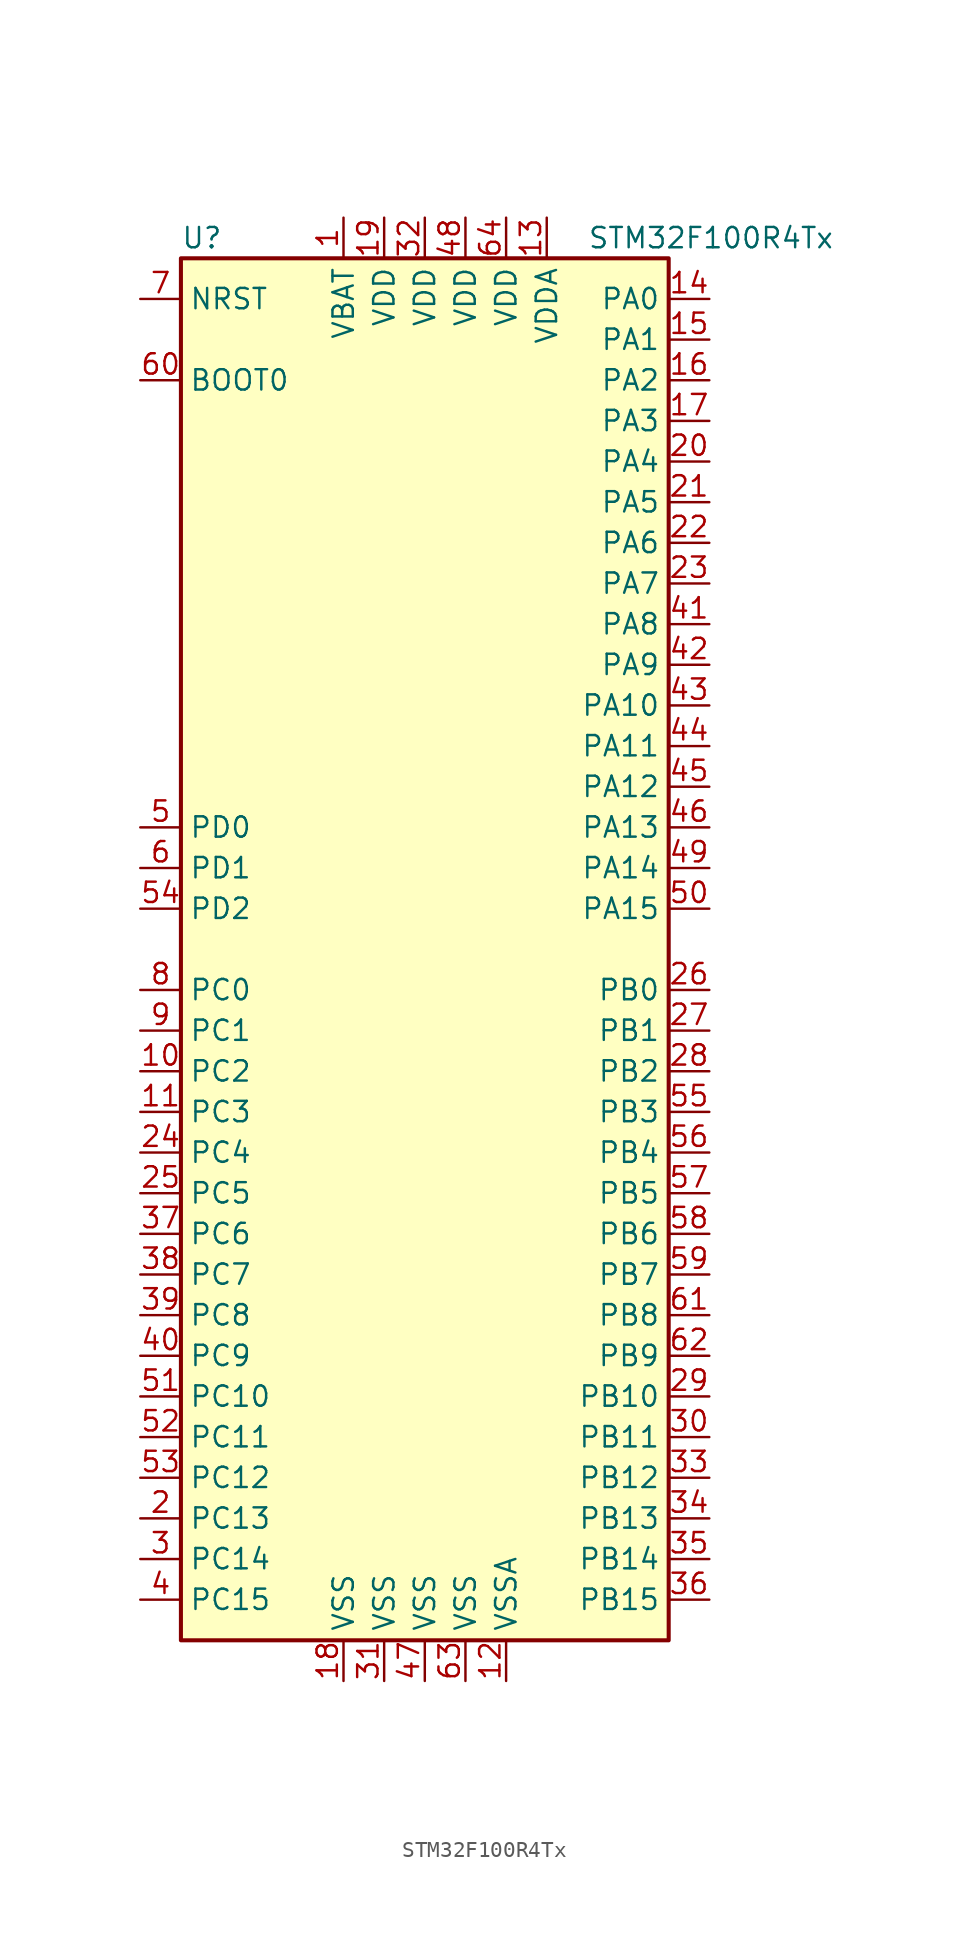
<source format=kicad_sym>
(kicad_symbol_lib
  (version 20201005)
  (generator kicad_symbol_editor)
  (symbol "MCU_ST_STM32F1:STM32F100R4Tx"
    (property "Reference" "U"
      (at -15.24 44.45 0)
      (effects (font (size 1.27 1.27)) (justify left)))
    (property "Value" "STM32F100R4Tx"
      (at 10.16 44.45 0)
      (effects (font (size 1.27 1.27)) (justify left)))
    (symbol "STM32F100R4Tx_0_1"
      (rectangle (start -15.24 -43.18) (end 15.24 43.18) (stroke (width 0.254)) (fill (type background))))
    (symbol "STM32F100R4Tx_1_1"
      (pin input line (at -17.78 35.56 0) (length 2.54) (name "BOOT0" (effects (font (size 1.27 1.27)))) (number "60" (effects (font (size 1.27 1.27)))))
      (pin input line (at -17.78 40.64 0) (length 2.54) (name "NRST" (effects (font (size 1.27 1.27)))) (number "7" (effects (font (size 1.27 1.27)))))
      (pin bidirectional line (at 17.78 40.64 180) (length 2.54) (name "PA0" (effects (font (size 1.27 1.27)))) (number "14" (effects (font (size 1.27 1.27)))))
      (pin bidirectional line (at 17.78 38.1 180) (length 2.54) (name "PA1" (effects (font (size 1.27 1.27)))) (number "15" (effects (font (size 1.27 1.27)))))
      (pin bidirectional line (at 17.78 15.24 180) (length 2.54) (name "PA10" (effects (font (size 1.27 1.27)))) (number "43" (effects (font (size 1.27 1.27)))))
      (pin bidirectional line (at 17.78 12.7 180) (length 2.54) (name "PA11" (effects (font (size 1.27 1.27)))) (number "44" (effects (font (size 1.27 1.27)))))
      (pin bidirectional line (at 17.78 10.16 180) (length 2.54) (name "PA12" (effects (font (size 1.27 1.27)))) (number "45" (effects (font (size 1.27 1.27)))))
      (pin bidirectional line (at 17.78 7.62 180) (length 2.54) (name "PA13" (effects (font (size 1.27 1.27)))) (number "46" (effects (font (size 1.27 1.27)))))
      (pin bidirectional line (at 17.78 5.08 180) (length 2.54) (name "PA14" (effects (font (size 1.27 1.27)))) (number "49" (effects (font (size 1.27 1.27)))))
      (pin bidirectional line (at 17.78 2.54 180) (length 2.54) (name "PA15" (effects (font (size 1.27 1.27)))) (number "50" (effects (font (size 1.27 1.27)))))
      (pin bidirectional line (at 17.78 35.56 180) (length 2.54) (name "PA2" (effects (font (size 1.27 1.27)))) (number "16" (effects (font (size 1.27 1.27)))))
      (pin bidirectional line (at 17.78 33.02 180) (length 2.54) (name "PA3" (effects (font (size 1.27 1.27)))) (number "17" (effects (font (size 1.27 1.27)))))
      (pin bidirectional line (at 17.78 30.48 180) (length 2.54) (name "PA4" (effects (font (size 1.27 1.27)))) (number "20" (effects (font (size 1.27 1.27)))))
      (pin bidirectional line (at 17.78 27.94 180) (length 2.54) (name "PA5" (effects (font (size 1.27 1.27)))) (number "21" (effects (font (size 1.27 1.27)))))
      (pin bidirectional line (at 17.78 25.4 180) (length 2.54) (name "PA6" (effects (font (size 1.27 1.27)))) (number "22" (effects (font (size 1.27 1.27)))))
      (pin bidirectional line (at 17.78 22.86 180) (length 2.54) (name "PA7" (effects (font (size 1.27 1.27)))) (number "23" (effects (font (size 1.27 1.27)))))
      (pin bidirectional line (at 17.78 20.32 180) (length 2.54) (name "PA8" (effects (font (size 1.27 1.27)))) (number "41" (effects (font (size 1.27 1.27)))))
      (pin bidirectional line (at 17.78 17.78 180) (length 2.54) (name "PA9" (effects (font (size 1.27 1.27)))) (number "42" (effects (font (size 1.27 1.27)))))
      (pin bidirectional line (at 17.78 -2.54 180) (length 2.54) (name "PB0" (effects (font (size 1.27 1.27)))) (number "26" (effects (font (size 1.27 1.27)))))
      (pin bidirectional line (at 17.78 -5.08 180) (length 2.54) (name "PB1" (effects (font (size 1.27 1.27)))) (number "27" (effects (font (size 1.27 1.27)))))
      (pin bidirectional line (at 17.78 -27.94 180) (length 2.54) (name "PB10" (effects (font (size 1.27 1.27)))) (number "29" (effects (font (size 1.27 1.27)))))
      (pin bidirectional line (at 17.78 -30.48 180) (length 2.54) (name "PB11" (effects (font (size 1.27 1.27)))) (number "30" (effects (font (size 1.27 1.27)))))
      (pin bidirectional line (at 17.78 -33.02 180) (length 2.54) (name "PB12" (effects (font (size 1.27 1.27)))) (number "33" (effects (font (size 1.27 1.27)))))
      (pin bidirectional line (at 17.78 -35.56 180) (length 2.54) (name "PB13" (effects (font (size 1.27 1.27)))) (number "34" (effects (font (size 1.27 1.27)))))
      (pin bidirectional line (at 17.78 -38.1 180) (length 2.54) (name "PB14" (effects (font (size 1.27 1.27)))) (number "35" (effects (font (size 1.27 1.27)))))
      (pin bidirectional line (at 17.78 -40.64 180) (length 2.54) (name "PB15" (effects (font (size 1.27 1.27)))) (number "36" (effects (font (size 1.27 1.27)))))
      (pin bidirectional line (at 17.78 -7.62 180) (length 2.54) (name "PB2" (effects (font (size 1.27 1.27)))) (number "28" (effects (font (size 1.27 1.27)))))
      (pin bidirectional line (at 17.78 -10.16 180) (length 2.54) (name "PB3" (effects (font (size 1.27 1.27)))) (number "55" (effects (font (size 1.27 1.27)))))
      (pin bidirectional line (at 17.78 -12.7 180) (length 2.54) (name "PB4" (effects (font (size 1.27 1.27)))) (number "56" (effects (font (size 1.27 1.27)))))
      (pin bidirectional line (at 17.78 -15.24 180) (length 2.54) (name "PB5" (effects (font (size 1.27 1.27)))) (number "57" (effects (font (size 1.27 1.27)))))
      (pin bidirectional line (at 17.78 -17.78 180) (length 2.54) (name "PB6" (effects (font (size 1.27 1.27)))) (number "58" (effects (font (size 1.27 1.27)))))
      (pin bidirectional line (at 17.78 -20.32 180) (length 2.54) (name "PB7" (effects (font (size 1.27 1.27)))) (number "59" (effects (font (size 1.27 1.27)))))
      (pin bidirectional line (at 17.78 -22.86 180) (length 2.54) (name "PB8" (effects (font (size 1.27 1.27)))) (number "61" (effects (font (size 1.27 1.27)))))
      (pin bidirectional line (at 17.78 -25.4 180) (length 2.54) (name "PB9" (effects (font (size 1.27 1.27)))) (number "62" (effects (font (size 1.27 1.27)))))
      (pin bidirectional line (at -17.78 -2.54 0) (length 2.54) (name "PC0" (effects (font (size 1.27 1.27)))) (number "8" (effects (font (size 1.27 1.27)))))
      (pin bidirectional line (at -17.78 -5.08 0) (length 2.54) (name "PC1" (effects (font (size 1.27 1.27)))) (number "9" (effects (font (size 1.27 1.27)))))
      (pin bidirectional line (at -17.78 -27.94 0) (length 2.54) (name "PC10" (effects (font (size 1.27 1.27)))) (number "51" (effects (font (size 1.27 1.27)))))
      (pin bidirectional line (at -17.78 -30.48 0) (length 2.54) (name "PC11" (effects (font (size 1.27 1.27)))) (number "52" (effects (font (size 1.27 1.27)))))
      (pin bidirectional line (at -17.78 -33.02 0) (length 2.54) (name "PC12" (effects (font (size 1.27 1.27)))) (number "53" (effects (font (size 1.27 1.27)))))
      (pin bidirectional line (at -17.78 -35.56 0) (length 2.54) (name "PC13" (effects (font (size 1.27 1.27)))) (number "2" (effects (font (size 1.27 1.27)))))
      (pin bidirectional line (at -17.78 -38.1 0) (length 2.54) (name "PC14" (effects (font (size 1.27 1.27)))) (number "3" (effects (font (size 1.27 1.27)))))
      (pin bidirectional line (at -17.78 -40.64 0) (length 2.54) (name "PC15" (effects (font (size 1.27 1.27)))) (number "4" (effects (font (size 1.27 1.27)))))
      (pin bidirectional line (at -17.78 -7.62 0) (length 2.54) (name "PC2" (effects (font (size 1.27 1.27)))) (number "10" (effects (font (size 1.27 1.27)))))
      (pin bidirectional line (at -17.78 -10.16 0) (length 2.54) (name "PC3" (effects (font (size 1.27 1.27)))) (number "11" (effects (font (size 1.27 1.27)))))
      (pin bidirectional line (at -17.78 -12.7 0) (length 2.54) (name "PC4" (effects (font (size 1.27 1.27)))) (number "24" (effects (font (size 1.27 1.27)))))
      (pin bidirectional line (at -17.78 -15.24 0) (length 2.54) (name "PC5" (effects (font (size 1.27 1.27)))) (number "25" (effects (font (size 1.27 1.27)))))
      (pin bidirectional line (at -17.78 -17.78 0) (length 2.54) (name "PC6" (effects (font (size 1.27 1.27)))) (number "37" (effects (font (size 1.27 1.27)))))
      (pin bidirectional line (at -17.78 -20.32 0) (length 2.54) (name "PC7" (effects (font (size 1.27 1.27)))) (number "38" (effects (font (size 1.27 1.27)))))
      (pin bidirectional line (at -17.78 -22.86 0) (length 2.54) (name "PC8" (effects (font (size 1.27 1.27)))) (number "39" (effects (font (size 1.27 1.27)))))
      (pin bidirectional line (at -17.78 -25.4 0) (length 2.54) (name "PC9" (effects (font (size 1.27 1.27)))) (number "40" (effects (font (size 1.27 1.27)))))
      (pin input line (at -17.78 7.62 0) (length 2.54) (name "PD0" (effects (font (size 1.27 1.27)))) (number "5" (effects (font (size 1.27 1.27)))))
      (pin input line (at -17.78 5.08 0) (length 2.54) (name "PD1" (effects (font (size 1.27 1.27)))) (number "6" (effects (font (size 1.27 1.27)))))
      (pin bidirectional line (at -17.78 2.54 0) (length 2.54) (name "PD2" (effects (font (size 1.27 1.27)))) (number "54" (effects (font (size 1.27 1.27)))))
      (pin power_in line (at -5.08 45.72 270) (length 2.54) (name "VBAT" (effects (font (size 1.27 1.27)))) (number "1" (effects (font (size 1.27 1.27)))))
      (pin power_in line (at -2.54 45.72 270) (length 2.54) (name "VDD" (effects (font (size 1.27 1.27)))) (number "19" (effects (font (size 1.27 1.27)))))
      (pin power_in line (at 0 45.72 270) (length 2.54) (name "VDD" (effects (font (size 1.27 1.27)))) (number "32" (effects (font (size 1.27 1.27)))))
      (pin power_in line (at 2.54 45.72 270) (length 2.54) (name "VDD" (effects (font (size 1.27 1.27)))) (number "48" (effects (font (size 1.27 1.27)))))
      (pin power_in line (at 5.08 45.72 270) (length 2.54) (name "VDD" (effects (font (size 1.27 1.27)))) (number "64" (effects (font (size 1.27 1.27)))))
      (pin power_in line (at 7.62 45.72 270) (length 2.54) (name "VDDA" (effects (font (size 1.27 1.27)))) (number "13" (effects (font (size 1.27 1.27)))))
      (pin power_in line (at -5.08 -45.72 90) (length 2.54) (name "VSS" (effects (font (size 1.27 1.27)))) (number "18" (effects (font (size 1.27 1.27)))))
      (pin power_in line (at -2.54 -45.72 90) (length 2.54) (name "VSS" (effects (font (size 1.27 1.27)))) (number "31" (effects (font (size 1.27 1.27)))))
      (pin power_in line (at 0 -45.72 90) (length 2.54) (name "VSS" (effects (font (size 1.27 1.27)))) (number "47" (effects (font (size 1.27 1.27)))))
      (pin power_in line (at 2.54 -45.72 90) (length 2.54) (name "VSS" (effects (font (size 1.27 1.27)))) (number "63" (effects (font (size 1.27 1.27)))))
      (pin power_in line (at 5.08 -45.72 90) (length 2.54) (name "VSSA" (effects (font (size 1.27 1.27)))) (number "12" (effects (font (size 1.27 1.27))))))))
</source>
